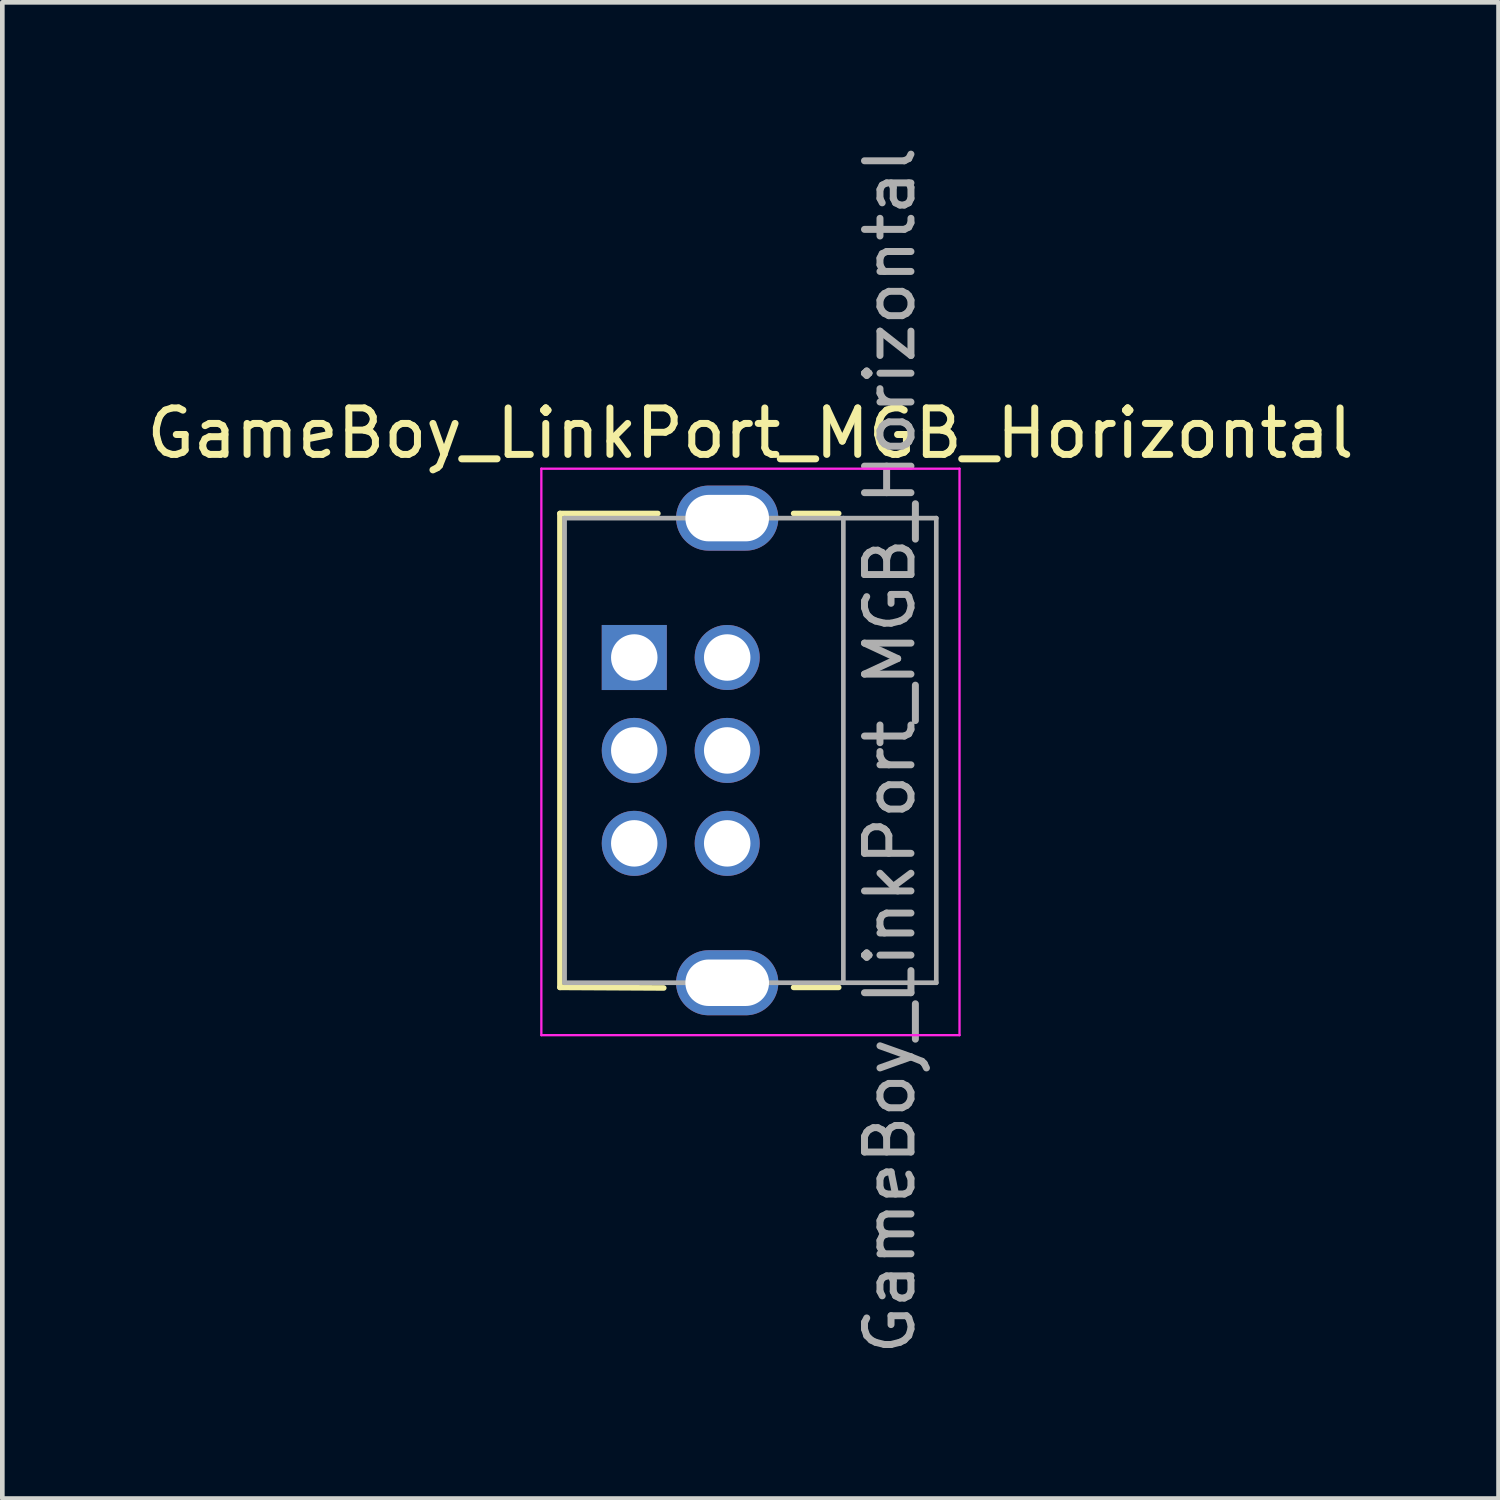
<source format=kicad_pcb>
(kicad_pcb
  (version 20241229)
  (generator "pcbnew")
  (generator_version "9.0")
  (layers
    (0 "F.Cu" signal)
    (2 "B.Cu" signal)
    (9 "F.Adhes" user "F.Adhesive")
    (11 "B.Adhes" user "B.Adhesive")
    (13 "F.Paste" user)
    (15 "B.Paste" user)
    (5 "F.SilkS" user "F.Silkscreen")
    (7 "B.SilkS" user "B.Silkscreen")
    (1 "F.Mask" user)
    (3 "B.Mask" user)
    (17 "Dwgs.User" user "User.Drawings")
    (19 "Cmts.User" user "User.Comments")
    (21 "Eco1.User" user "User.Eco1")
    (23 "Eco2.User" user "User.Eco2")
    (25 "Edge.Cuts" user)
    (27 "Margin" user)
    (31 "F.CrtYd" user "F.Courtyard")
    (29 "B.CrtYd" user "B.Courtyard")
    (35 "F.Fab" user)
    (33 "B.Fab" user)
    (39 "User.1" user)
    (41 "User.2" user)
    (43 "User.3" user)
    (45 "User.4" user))
  (footprint "GameBoy_LinkPort_MGB_Horizontal"
    (layer "F.Cu")
    (at 10.601 11.101)
    (property "Reference" "GameBoy_LinkPort_MGB_Horizontal" (at 2.5 -4.826 0) (layer "F.SilkS") (effects (font (size 1 1) (thickness 0.15))))
    (attr through_hole)
    (fp_line (start -1.6 -3.1) (end -1.6 7.1) (stroke (width 0.12) (type solid)) (layer "F.SilkS"))
    (fp_line (start -1.6 7.1) (end 0.635 7.112) (stroke (width 0.12) (type solid)) (layer "F.SilkS"))
    (fp_line (start 0.508 -3.1) (end -1.6 -3.1) (stroke (width 0.12) (type solid)) (layer "F.SilkS"))
    (fp_line (start 3.429 7.1) (end 4.4 7.1) (stroke (width 0.12) (type solid)) (layer "F.SilkS"))
    (fp_line (start 4.4 -3.1) (end 3.429 -3.1) (stroke (width 0.12) (type solid)) (layer "F.SilkS"))
    (fp_line (start -2 -4.064) (end -2 8.128) (stroke (width 0.05) (type solid)) (layer "F.CrtYd"))
    (fp_line (start 7 -4.064) (end -2 -4.064) (stroke (width 0.05) (type solid)) (layer "F.CrtYd"))
    (fp_line (start 7 -4.064) (end 7 8.128) (stroke (width 0.05) (type solid)) (layer "F.CrtYd"))
    (fp_line (start 7 8.128) (end -2 8.128) (stroke (width 0.05) (type solid)) (layer "F.CrtYd"))
    (fp_line (start -1.5 -3) (end 6.5 -3) (stroke (width 0.1) (type solid)) (layer "F.Fab"))
    (fp_line (start -1.5 7) (end -1.5 -3) (stroke (width 0.1) (type solid)) (layer "F.Fab"))
    (fp_line (start -1.5 7) (end 6.5 7) (stroke (width 0.1) (type solid)) (layer "F.Fab"))
    (fp_line (start 4.5 -3) (end 4.5 7) (stroke (width 0.1) (type solid)) (layer "F.Fab"))
    (fp_line (start 6.5 7) (end 6.5 -3) (stroke (width 0.1) (type solid)) (layer "F.Fab"))
    (fp_text user "${REFERENCE}" (at 5.5 2 90) (layer "F.Fab") (effects (font (size 1 1) (thickness 0.15))))
    (pad "1" thru_hole rect (at 0 0) (size 1.4 1.4) (drill 1) (layers "*.Cu" "*.Mask"))
    (pad "2" thru_hole circle (at 2 0) (size 1.4 1.4) (drill 1) (layers "*.Cu" "*.Mask"))
    (pad "3" thru_hole circle (at 0 2) (size 1.4 1.4) (drill 1) (layers "*.Cu" "*.Mask"))
    (pad "4" thru_hole circle (at 2 2) (size 1.4 1.4) (drill 1) (layers "*.Cu" "*.Mask"))
    (pad "5" thru_hole circle (at 0 4) (size 1.4 1.4) (drill 1) (layers "*.Cu" "*.Mask"))
    (pad "6" thru_hole circle (at 2 4) (size 1.4 1.4) (drill 1) (layers "*.Cu" "*.Mask"))
    (pad "SH" thru_hole oval (at 2 -3 90) (size 1.4 2.2) (drill oval 1 1.8) (layers "*.Cu" "*.Mask"))
    (pad "SH" thru_hole oval (at 2 7 90) (size 1.4 2.2) (drill oval 1 1.8) (layers "*.Cu" "*.Mask")))
  (gr_rect
    (start -3 -3)
    (end 29.202 29.202)
    (stroke (width 0.1) (type default))
    (fill no)
    (layer "Edge.Cuts")))
</source>
